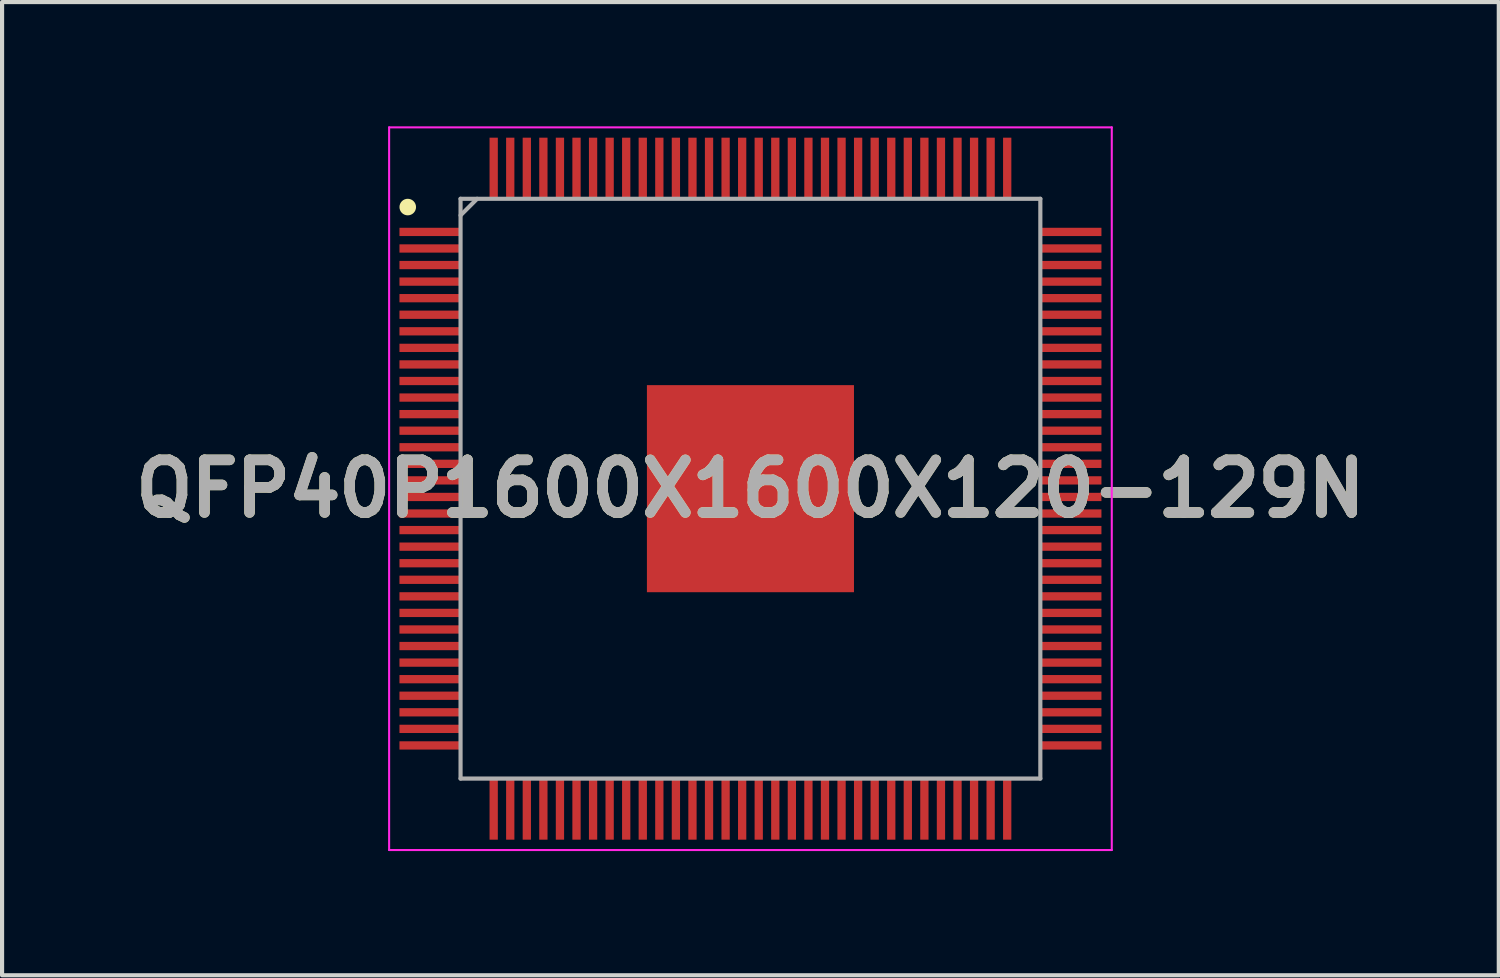
<source format=kicad_pcb>
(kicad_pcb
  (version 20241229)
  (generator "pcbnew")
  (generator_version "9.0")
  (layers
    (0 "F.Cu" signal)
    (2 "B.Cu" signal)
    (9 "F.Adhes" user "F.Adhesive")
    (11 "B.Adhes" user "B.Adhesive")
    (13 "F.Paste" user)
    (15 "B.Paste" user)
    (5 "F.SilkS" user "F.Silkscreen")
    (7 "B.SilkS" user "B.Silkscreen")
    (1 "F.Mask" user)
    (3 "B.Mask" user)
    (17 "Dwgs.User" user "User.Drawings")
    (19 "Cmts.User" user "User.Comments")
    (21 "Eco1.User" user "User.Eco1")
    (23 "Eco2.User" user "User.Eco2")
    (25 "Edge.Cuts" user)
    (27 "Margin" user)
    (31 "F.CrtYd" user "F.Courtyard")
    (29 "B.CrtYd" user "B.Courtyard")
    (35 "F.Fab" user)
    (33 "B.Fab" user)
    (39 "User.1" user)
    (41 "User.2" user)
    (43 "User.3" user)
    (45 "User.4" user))
  (footprint "QFP40P1600X1600X120-129N"
    (layer "F.Cu")
    (at 15.071 8.75)
    (property "Reference" "QFP40P1600X1600X120-129N" (at 0 0 0) (layer "F.SilkS") (effects (font (size 1.27 1.27) (thickness 0.254))))
    (attr smd)
    (fp_circle (center -8.275 -6.8) (end -8.275 -6.7) (stroke (width 0.2) (type solid)) (fill no) (layer "F.SilkS"))
    (fp_line (start -8.725 -8.725) (end 8.725 -8.725) (stroke (width 0.05) (type solid)) (layer "F.CrtYd"))
    (fp_line (start -8.725 8.725) (end -8.725 -8.725) (stroke (width 0.05) (type solid)) (layer "F.CrtYd"))
    (fp_line (start 8.725 -8.725) (end 8.725 8.725) (stroke (width 0.05) (type solid)) (layer "F.CrtYd"))
    (fp_line (start 8.725 8.725) (end -8.725 8.725) (stroke (width 0.05) (type solid)) (layer "F.CrtYd"))
    (fp_line (start -7 -7) (end 7 -7) (stroke (width 0.1) (type solid)) (layer "F.Fab"))
    (fp_line (start -7 -6.6) (end -6.6 -7) (stroke (width 0.1) (type solid)) (layer "F.Fab"))
    (fp_line (start -7 7) (end -7 -7) (stroke (width 0.1) (type solid)) (layer "F.Fab"))
    (fp_line (start 7 -7) (end 7 7) (stroke (width 0.1) (type solid)) (layer "F.Fab"))
    (fp_line (start 7 7) (end -7 7) (stroke (width 0.1) (type solid)) (layer "F.Fab"))
    (fp_text user "${REFERENCE}" (at 0 0 0) (layer "F.Fab") (effects (font (size 1.27 1.27) (thickness 0.254))))
    (pad "1" smd rect (at -7.738 -6.2 90) (size 0.2 1.475) (layers "F.Cu" "F.Mask" "F.Paste"))
    (pad "2" smd rect (at -7.738 -5.8 90) (size 0.2 1.475) (layers "F.Cu" "F.Mask" "F.Paste"))
    (pad "3" smd rect (at -7.738 -5.4 90) (size 0.2 1.475) (layers "F.Cu" "F.Mask" "F.Paste"))
    (pad "4" smd rect (at -7.738 -5 90) (size 0.2 1.475) (layers "F.Cu" "F.Mask" "F.Paste"))
    (pad "5" smd rect (at -7.738 -4.6 90) (size 0.2 1.475) (layers "F.Cu" "F.Mask" "F.Paste"))
    (pad "6" smd rect (at -7.738 -4.2 90) (size 0.2 1.475) (layers "F.Cu" "F.Mask" "F.Paste"))
    (pad "7" smd rect (at -7.738 -3.8 90) (size 0.2 1.475) (layers "F.Cu" "F.Mask" "F.Paste"))
    (pad "8" smd rect (at -7.738 -3.4 90) (size 0.2 1.475) (layers "F.Cu" "F.Mask" "F.Paste"))
    (pad "9" smd rect (at -7.738 -3 90) (size 0.2 1.475) (layers "F.Cu" "F.Mask" "F.Paste"))
    (pad "10" smd rect (at -7.738 -2.6 90) (size 0.2 1.475) (layers "F.Cu" "F.Mask" "F.Paste"))
    (pad "11" smd rect (at -7.738 -2.2 90) (size 0.2 1.475) (layers "F.Cu" "F.Mask" "F.Paste"))
    (pad "12" smd rect (at -7.738 -1.8 90) (size 0.2 1.475) (layers "F.Cu" "F.Mask" "F.Paste"))
    (pad "13" smd rect (at -7.738 -1.4 90) (size 0.2 1.475) (layers "F.Cu" "F.Mask" "F.Paste"))
    (pad "14" smd rect (at -7.738 -1 90) (size 0.2 1.475) (layers "F.Cu" "F.Mask" "F.Paste"))
    (pad "15" smd rect (at -7.738 -0.6 90) (size 0.2 1.475) (layers "F.Cu" "F.Mask" "F.Paste"))
    (pad "16" smd rect (at -7.738 -0.2 90) (size 0.2 1.475) (layers "F.Cu" "F.Mask" "F.Paste"))
    (pad "17" smd rect (at -7.738 0.2 90) (size 0.2 1.475) (layers "F.Cu" "F.Mask" "F.Paste"))
    (pad "18" smd rect (at -7.738 0.6 90) (size 0.2 1.475) (layers "F.Cu" "F.Mask" "F.Paste"))
    (pad "19" smd rect (at -7.738 1 90) (size 0.2 1.475) (layers "F.Cu" "F.Mask" "F.Paste"))
    (pad "20" smd rect (at -7.738 1.4 90) (size 0.2 1.475) (layers "F.Cu" "F.Mask" "F.Paste"))
    (pad "21" smd rect (at -7.738 1.8 90) (size 0.2 1.475) (layers "F.Cu" "F.Mask" "F.Paste"))
    (pad "22" smd rect (at -7.738 2.2 90) (size 0.2 1.475) (layers "F.Cu" "F.Mask" "F.Paste"))
    (pad "23" smd rect (at -7.738 2.6 90) (size 0.2 1.475) (layers "F.Cu" "F.Mask" "F.Paste"))
    (pad "24" smd rect (at -7.738 3 90) (size 0.2 1.475) (layers "F.Cu" "F.Mask" "F.Paste"))
    (pad "25" smd rect (at -7.738 3.4 90) (size 0.2 1.475) (layers "F.Cu" "F.Mask" "F.Paste"))
    (pad "26" smd rect (at -7.738 3.8 90) (size 0.2 1.475) (layers "F.Cu" "F.Mask" "F.Paste"))
    (pad "27" smd rect (at -7.738 4.2 90) (size 0.2 1.475) (layers "F.Cu" "F.Mask" "F.Paste"))
    (pad "28" smd rect (at -7.738 4.6 90) (size 0.2 1.475) (layers "F.Cu" "F.Mask" "F.Paste"))
    (pad "29" smd rect (at -7.738 5 90) (size 0.2 1.475) (layers "F.Cu" "F.Mask" "F.Paste"))
    (pad "30" smd rect (at -7.738 5.4 90) (size 0.2 1.475) (layers "F.Cu" "F.Mask" "F.Paste"))
    (pad "31" smd rect (at -7.738 5.8 90) (size 0.2 1.475) (layers "F.Cu" "F.Mask" "F.Paste"))
    (pad "32" smd rect (at -7.738 6.2 90) (size 0.2 1.475) (layers "F.Cu" "F.Mask" "F.Paste"))
    (pad "33" smd rect (at -6.2 7.738) (size 0.2 1.475) (layers "F.Cu" "F.Mask" "F.Paste"))
    (pad "34" smd rect (at -5.8 7.738) (size 0.2 1.475) (layers "F.Cu" "F.Mask" "F.Paste"))
    (pad "35" smd rect (at -5.4 7.738) (size 0.2 1.475) (layers "F.Cu" "F.Mask" "F.Paste"))
    (pad "36" smd rect (at -5 7.738) (size 0.2 1.475) (layers "F.Cu" "F.Mask" "F.Paste"))
    (pad "37" smd rect (at -4.6 7.738) (size 0.2 1.475) (layers "F.Cu" "F.Mask" "F.Paste"))
    (pad "38" smd rect (at -4.2 7.738) (size 0.2 1.475) (layers "F.Cu" "F.Mask" "F.Paste"))
    (pad "39" smd rect (at -3.8 7.738) (size 0.2 1.475) (layers "F.Cu" "F.Mask" "F.Paste"))
    (pad "40" smd rect (at -3.4 7.738) (size 0.2 1.475) (layers "F.Cu" "F.Mask" "F.Paste"))
    (pad "41" smd rect (at -3 7.738) (size 0.2 1.475) (layers "F.Cu" "F.Mask" "F.Paste"))
    (pad "42" smd rect (at -2.6 7.738) (size 0.2 1.475) (layers "F.Cu" "F.Mask" "F.Paste"))
    (pad "43" smd rect (at -2.2 7.738) (size 0.2 1.475) (layers "F.Cu" "F.Mask" "F.Paste"))
    (pad "44" smd rect (at -1.8 7.738) (size 0.2 1.475) (layers "F.Cu" "F.Mask" "F.Paste"))
    (pad "45" smd rect (at -1.4 7.738) (size 0.2 1.475) (layers "F.Cu" "F.Mask" "F.Paste"))
    (pad "46" smd rect (at -1 7.738) (size 0.2 1.475) (layers "F.Cu" "F.Mask" "F.Paste"))
    (pad "47" smd rect (at -0.6 7.738) (size 0.2 1.475) (layers "F.Cu" "F.Mask" "F.Paste"))
    (pad "48" smd rect (at -0.2 7.738) (size 0.2 1.475) (layers "F.Cu" "F.Mask" "F.Paste"))
    (pad "49" smd rect (at 0.2 7.738) (size 0.2 1.475) (layers "F.Cu" "F.Mask" "F.Paste"))
    (pad "50" smd rect (at 0.6 7.738) (size 0.2 1.475) (layers "F.Cu" "F.Mask" "F.Paste"))
    (pad "51" smd rect (at 1 7.738) (size 0.2 1.475) (layers "F.Cu" "F.Mask" "F.Paste"))
    (pad "52" smd rect (at 1.4 7.738) (size 0.2 1.475) (layers "F.Cu" "F.Mask" "F.Paste"))
    (pad "53" smd rect (at 1.8 7.738) (size 0.2 1.475) (layers "F.Cu" "F.Mask" "F.Paste"))
    (pad "54" smd rect (at 2.2 7.738) (size 0.2 1.475) (layers "F.Cu" "F.Mask" "F.Paste"))
    (pad "55" smd rect (at 2.6 7.738) (size 0.2 1.475) (layers "F.Cu" "F.Mask" "F.Paste"))
    (pad "56" smd rect (at 3 7.738) (size 0.2 1.475) (layers "F.Cu" "F.Mask" "F.Paste"))
    (pad "57" smd rect (at 3.4 7.738) (size 0.2 1.475) (layers "F.Cu" "F.Mask" "F.Paste"))
    (pad "58" smd rect (at 3.8 7.738) (size 0.2 1.475) (layers "F.Cu" "F.Mask" "F.Paste"))
    (pad "59" smd rect (at 4.2 7.738) (size 0.2 1.475) (layers "F.Cu" "F.Mask" "F.Paste"))
    (pad "60" smd rect (at 4.6 7.738) (size 0.2 1.475) (layers "F.Cu" "F.Mask" "F.Paste"))
    (pad "61" smd rect (at 5 7.738) (size 0.2 1.475) (layers "F.Cu" "F.Mask" "F.Paste"))
    (pad "62" smd rect (at 5.4 7.738) (size 0.2 1.475) (layers "F.Cu" "F.Mask" "F.Paste"))
    (pad "63" smd rect (at 5.8 7.738) (size 0.2 1.475) (layers "F.Cu" "F.Mask" "F.Paste"))
    (pad "64" smd rect (at 6.2 7.738) (size 0.2 1.475) (layers "F.Cu" "F.Mask" "F.Paste"))
    (pad "65" smd rect (at 7.738 6.2 90) (size 0.2 1.475) (layers "F.Cu" "F.Mask" "F.Paste"))
    (pad "66" smd rect (at 7.738 5.8 90) (size 0.2 1.475) (layers "F.Cu" "F.Mask" "F.Paste"))
    (pad "67" smd rect (at 7.738 5.4 90) (size 0.2 1.475) (layers "F.Cu" "F.Mask" "F.Paste"))
    (pad "68" smd rect (at 7.738 5 90) (size 0.2 1.475) (layers "F.Cu" "F.Mask" "F.Paste"))
    (pad "69" smd rect (at 7.738 4.6 90) (size 0.2 1.475) (layers "F.Cu" "F.Mask" "F.Paste"))
    (pad "70" smd rect (at 7.738 4.2 90) (size 0.2 1.475) (layers "F.Cu" "F.Mask" "F.Paste"))
    (pad "71" smd rect (at 7.738 3.8 90) (size 0.2 1.475) (layers "F.Cu" "F.Mask" "F.Paste"))
    (pad "72" smd rect (at 7.738 3.4 90) (size 0.2 1.475) (layers "F.Cu" "F.Mask" "F.Paste"))
    (pad "73" smd rect (at 7.738 3 90) (size 0.2 1.475) (layers "F.Cu" "F.Mask" "F.Paste"))
    (pad "74" smd rect (at 7.738 2.6 90) (size 0.2 1.475) (layers "F.Cu" "F.Mask" "F.Paste"))
    (pad "75" smd rect (at 7.738 2.2 90) (size 0.2 1.475) (layers "F.Cu" "F.Mask" "F.Paste"))
    (pad "76" smd rect (at 7.738 1.8 90) (size 0.2 1.475) (layers "F.Cu" "F.Mask" "F.Paste"))
    (pad "77" smd rect (at 7.738 1.4 90) (size 0.2 1.475) (layers "F.Cu" "F.Mask" "F.Paste"))
    (pad "78" smd rect (at 7.738 1 90) (size 0.2 1.475) (layers "F.Cu" "F.Mask" "F.Paste"))
    (pad "79" smd rect (at 7.738 0.6 90) (size 0.2 1.475) (layers "F.Cu" "F.Mask" "F.Paste"))
    (pad "80" smd rect (at 7.738 0.2 90) (size 0.2 1.475) (layers "F.Cu" "F.Mask" "F.Paste"))
    (pad "81" smd rect (at 7.738 -0.2 90) (size 0.2 1.475) (layers "F.Cu" "F.Mask" "F.Paste"))
    (pad "82" smd rect (at 7.738 -0.6 90) (size 0.2 1.475) (layers "F.Cu" "F.Mask" "F.Paste"))
    (pad "83" smd rect (at 7.738 -1 90) (size 0.2 1.475) (layers "F.Cu" "F.Mask" "F.Paste"))
    (pad "84" smd rect (at 7.738 -1.4 90) (size 0.2 1.475) (layers "F.Cu" "F.Mask" "F.Paste"))
    (pad "85" smd rect (at 7.738 -1.8 90) (size 0.2 1.475) (layers "F.Cu" "F.Mask" "F.Paste"))
    (pad "86" smd rect (at 7.738 -2.2 90) (size 0.2 1.475) (layers "F.Cu" "F.Mask" "F.Paste"))
    (pad "87" smd rect (at 7.738 -2.6 90) (size 0.2 1.475) (layers "F.Cu" "F.Mask" "F.Paste"))
    (pad "88" smd rect (at 7.738 -3 90) (size 0.2 1.475) (layers "F.Cu" "F.Mask" "F.Paste"))
    (pad "89" smd rect (at 7.738 -3.4 90) (size 0.2 1.475) (layers "F.Cu" "F.Mask" "F.Paste"))
    (pad "90" smd rect (at 7.738 -3.8 90) (size 0.2 1.475) (layers "F.Cu" "F.Mask" "F.Paste"))
    (pad "91" smd rect (at 7.738 -4.2 90) (size 0.2 1.475) (layers "F.Cu" "F.Mask" "F.Paste"))
    (pad "92" smd rect (at 7.738 -4.6 90) (size 0.2 1.475) (layers "F.Cu" "F.Mask" "F.Paste"))
    (pad "93" smd rect (at 7.738 -5 90) (size 0.2 1.475) (layers "F.Cu" "F.Mask" "F.Paste"))
    (pad "94" smd rect (at 7.738 -5.4 90) (size 0.2 1.475) (layers "F.Cu" "F.Mask" "F.Paste"))
    (pad "95" smd rect (at 7.738 -5.8 90) (size 0.2 1.475) (layers "F.Cu" "F.Mask" "F.Paste"))
    (pad "96" smd rect (at 7.738 -6.2 90) (size 0.2 1.475) (layers "F.Cu" "F.Mask" "F.Paste"))
    (pad "97" smd rect (at 6.2 -7.738) (size 0.2 1.475) (layers "F.Cu" "F.Mask" "F.Paste"))
    (pad "98" smd rect (at 5.8 -7.738) (size 0.2 1.475) (layers "F.Cu" "F.Mask" "F.Paste"))
    (pad "99" smd rect (at 5.4 -7.738) (size 0.2 1.475) (layers "F.Cu" "F.Mask" "F.Paste"))
    (pad "100" smd rect (at 5 -7.738) (size 0.2 1.475) (layers "F.Cu" "F.Mask" "F.Paste"))
    (pad "101" smd rect (at 4.6 -7.738) (size 0.2 1.475) (layers "F.Cu" "F.Mask" "F.Paste"))
    (pad "102" smd rect (at 4.2 -7.738) (size 0.2 1.475) (layers "F.Cu" "F.Mask" "F.Paste"))
    (pad "103" smd rect (at 3.8 -7.738) (size 0.2 1.475) (layers "F.Cu" "F.Mask" "F.Paste"))
    (pad "104" smd rect (at 3.4 -7.738) (size 0.2 1.475) (layers "F.Cu" "F.Mask" "F.Paste"))
    (pad "105" smd rect (at 3 -7.738) (size 0.2 1.475) (layers "F.Cu" "F.Mask" "F.Paste"))
    (pad "106" smd rect (at 2.6 -7.738) (size 0.2 1.475) (layers "F.Cu" "F.Mask" "F.Paste"))
    (pad "107" smd rect (at 2.2 -7.738) (size 0.2 1.475) (layers "F.Cu" "F.Mask" "F.Paste"))
    (pad "108" smd rect (at 1.8 -7.738) (size 0.2 1.475) (layers "F.Cu" "F.Mask" "F.Paste"))
    (pad "109" smd rect (at 1.4 -7.738) (size 0.2 1.475) (layers "F.Cu" "F.Mask" "F.Paste"))
    (pad "110" smd rect (at 1 -7.738) (size 0.2 1.475) (layers "F.Cu" "F.Mask" "F.Paste"))
    (pad "111" smd rect (at 0.6 -7.738) (size 0.2 1.475) (layers "F.Cu" "F.Mask" "F.Paste"))
    (pad "112" smd rect (at 0.2 -7.738) (size 0.2 1.475) (layers "F.Cu" "F.Mask" "F.Paste"))
    (pad "113" smd rect (at -0.2 -7.738) (size 0.2 1.475) (layers "F.Cu" "F.Mask" "F.Paste"))
    (pad "114" smd rect (at -0.6 -7.738) (size 0.2 1.475) (layers "F.Cu" "F.Mask" "F.Paste"))
    (pad "115" smd rect (at -1 -7.738) (size 0.2 1.475) (layers "F.Cu" "F.Mask" "F.Paste"))
    (pad "116" smd rect (at -1.4 -7.738) (size 0.2 1.475) (layers "F.Cu" "F.Mask" "F.Paste"))
    (pad "117" smd rect (at -1.8 -7.738) (size 0.2 1.475) (layers "F.Cu" "F.Mask" "F.Paste"))
    (pad "118" smd rect (at -2.2 -7.738) (size 0.2 1.475) (layers "F.Cu" "F.Mask" "F.Paste"))
    (pad "119" smd rect (at -2.6 -7.738) (size 0.2 1.475) (layers "F.Cu" "F.Mask" "F.Paste"))
    (pad "120" smd rect (at -3 -7.738) (size 0.2 1.475) (layers "F.Cu" "F.Mask" "F.Paste"))
    (pad "121" smd rect (at -3.4 -7.738) (size 0.2 1.475) (layers "F.Cu" "F.Mask" "F.Paste"))
    (pad "122" smd rect (at -3.8 -7.738) (size 0.2 1.475) (layers "F.Cu" "F.Mask" "F.Paste"))
    (pad "123" smd rect (at -4.2 -7.738) (size 0.2 1.475) (layers "F.Cu" "F.Mask" "F.Paste"))
    (pad "124" smd rect (at -4.6 -7.738) (size 0.2 1.475) (layers "F.Cu" "F.Mask" "F.Paste"))
    (pad "125" smd rect (at -5 -7.738) (size 0.2 1.475) (layers "F.Cu" "F.Mask" "F.Paste"))
    (pad "126" smd rect (at -5.4 -7.738) (size 0.2 1.475) (layers "F.Cu" "F.Mask" "F.Paste"))
    (pad "127" smd rect (at -5.8 -7.738) (size 0.2 1.475) (layers "F.Cu" "F.Mask" "F.Paste"))
    (pad "128" smd rect (at -6.2 -7.738) (size 0.2 1.475) (layers "F.Cu" "F.Mask" "F.Paste"))
    (pad "129" smd rect (at 0 0) (size 5 5) (layers "F.Cu" "F.Mask" "F.Paste")))
  (gr_rect
    (start -3 -3)
    (end 33.141 20.5)
    (stroke (width 0.1) (type default))
    (fill no)
    (layer "Edge.Cuts")))
</source>
